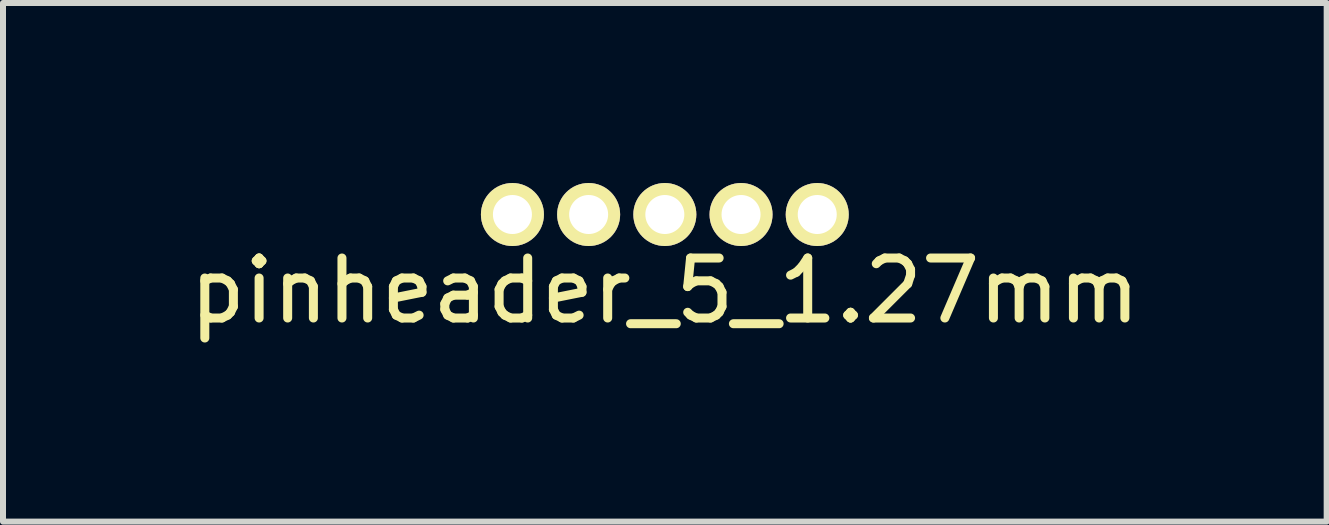
<source format=kicad_pcb>
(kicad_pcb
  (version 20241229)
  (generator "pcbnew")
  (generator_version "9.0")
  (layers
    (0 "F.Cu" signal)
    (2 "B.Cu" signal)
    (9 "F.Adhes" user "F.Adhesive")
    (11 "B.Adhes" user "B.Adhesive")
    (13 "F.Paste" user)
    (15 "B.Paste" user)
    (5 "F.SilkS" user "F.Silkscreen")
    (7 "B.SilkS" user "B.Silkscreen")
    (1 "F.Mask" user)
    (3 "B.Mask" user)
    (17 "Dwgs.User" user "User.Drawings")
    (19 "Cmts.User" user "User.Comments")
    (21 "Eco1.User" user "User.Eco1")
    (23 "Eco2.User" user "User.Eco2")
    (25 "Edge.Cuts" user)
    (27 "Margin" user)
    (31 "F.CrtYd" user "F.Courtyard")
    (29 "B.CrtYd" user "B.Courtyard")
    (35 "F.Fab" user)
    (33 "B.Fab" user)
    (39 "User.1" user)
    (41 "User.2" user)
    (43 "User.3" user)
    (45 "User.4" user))
  (footprint "pinheader_5_1.27mm"
    (layer "F.Cu")
    (at 8.03 0.525)
    (property "Reference" "pinheader_5_1.27mm" (at 0 1.27 0) (layer "F.SilkS") (effects (font (size 1 1) (thickness 0.15))))
    (attr through_hole)
    (pad "1" thru_hole circle (at -2.54 0) (size 1.05 1.05) (drill 0.65) (layers "*.Cu" "*.Mask" "F.SilkS"))
    (pad "2" thru_hole circle (at -1.27 0) (size 1.05 1.05) (drill 0.65) (layers "*.Cu" "*.Mask" "F.SilkS"))
    (pad "3" thru_hole circle (at 0 0) (size 1.05 1.05) (drill 0.65) (layers "*.Cu" "*.Mask" "F.SilkS"))
    (pad "4" thru_hole circle (at 1.27 0) (size 1.05 1.05) (drill 0.65) (layers "*.Cu" "*.Mask" "F.SilkS"))
    (pad "5" thru_hole circle (at 2.54 0) (size 1.05 1.05) (drill 0.65) (layers "*.Cu" "*.Mask" "F.SilkS")))
  (gr_rect
    (start -3 -3)
    (end 19.06 5.643)
    (stroke (width 0.1) (type default))
    (fill no)
    (layer "Edge.Cuts")))
</source>
